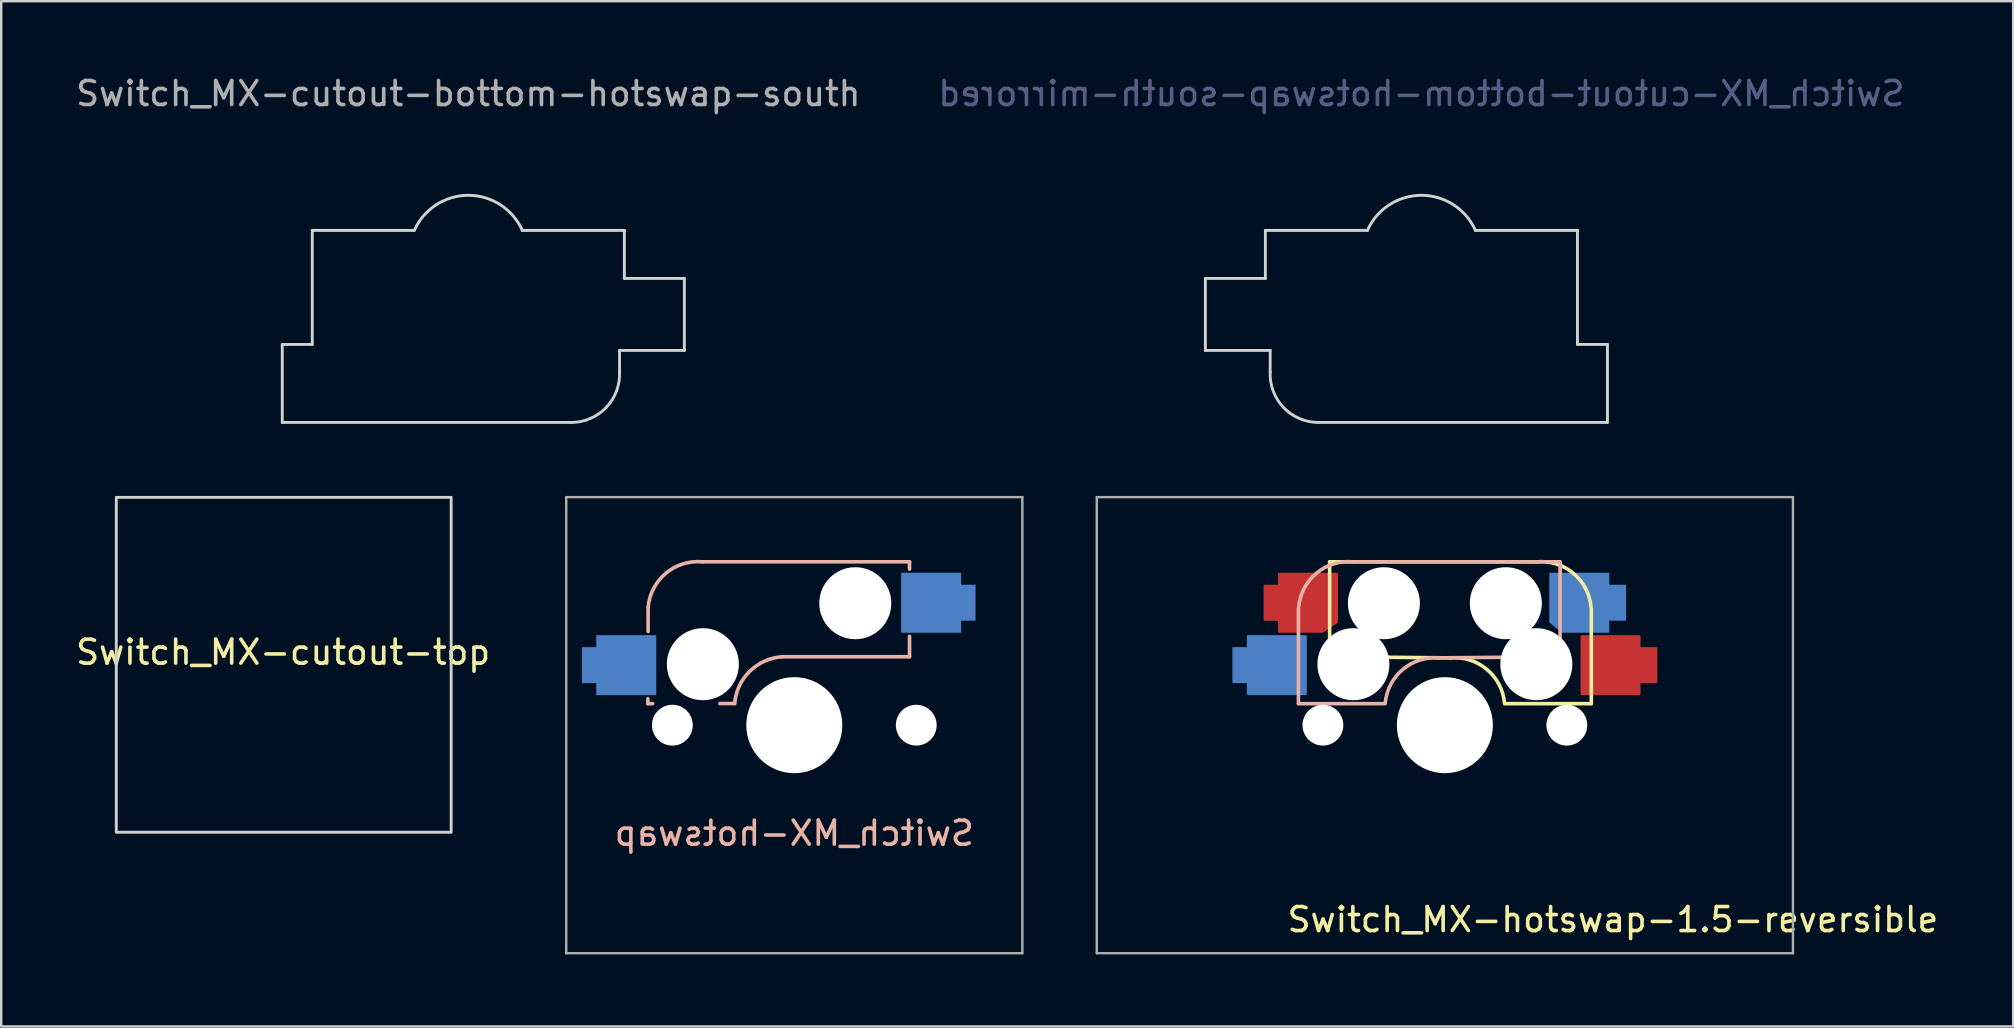
<source format=kicad_pcb>
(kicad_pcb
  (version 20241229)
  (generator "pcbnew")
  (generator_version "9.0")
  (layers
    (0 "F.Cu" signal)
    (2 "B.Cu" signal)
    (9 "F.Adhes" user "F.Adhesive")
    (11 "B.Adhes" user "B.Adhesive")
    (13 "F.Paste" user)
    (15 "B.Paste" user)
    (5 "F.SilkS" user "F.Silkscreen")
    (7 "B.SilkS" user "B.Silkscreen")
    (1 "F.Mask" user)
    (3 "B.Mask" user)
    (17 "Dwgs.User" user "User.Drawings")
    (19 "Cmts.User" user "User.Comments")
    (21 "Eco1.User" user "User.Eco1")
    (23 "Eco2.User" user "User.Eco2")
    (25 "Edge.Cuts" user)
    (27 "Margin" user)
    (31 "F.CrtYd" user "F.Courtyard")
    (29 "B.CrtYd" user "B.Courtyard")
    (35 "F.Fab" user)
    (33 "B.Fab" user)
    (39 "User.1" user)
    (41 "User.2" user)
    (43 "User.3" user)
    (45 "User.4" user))
  (footprint "Switch_MX-hotswap"
    (layer "F.Cu")
    (at 30.038 27.158)
    (property "Reference" "Switch_MX-hotswap" (at 0 4.5 0) (layer "B.SilkS") (effects (font (size 1 1) (thickness 0.15)) (justify mirror)))
    (attr through_hole)
    (fp_line (start -6.1 -0.896) (end -6.1 -1.1) (stroke (width 0.15) (type solid)) (layer "B.SilkS"))
    (fp_line (start -6.1 -0.896) (end -5.9 -0.896) (stroke (width 0.15) (type solid)) (layer "B.SilkS"))
    (fp_line (start -6.089 -4.92) (end -6.089 -3.9) (stroke (width 0.15) (type solid)) (layer "B.SilkS"))
    (fp_line (start -2.485 -0.9) (end -3.1 -0.9) (stroke (width 0.15) (type solid)) (layer "B.SilkS"))
    (fp_line (start 4.8 -6.804) (end -3.825 -6.804) (stroke (width 0.15) (type solid)) (layer "B.SilkS"))
    (fp_line (start 4.8 -6.804) (end 4.8 -6.5) (stroke (width 0.15) (type solid)) (layer "B.SilkS"))
    (fp_line (start 4.8 -2.85) (end -0.5 -2.85) (stroke (width 0.15) (type solid)) (layer "B.SilkS"))
    (fp_line (start 4.8 -2.85) (end 4.8 -3.7) (stroke (width 0.15) (type solid)) (layer "B.SilkS"))
    (fp_arc (start -6.089 -4.92) (mid -5.347189 -6.33089) (end -3.825 -6.804) (stroke (width 0.15) (type solid)) (layer "B.SilkS"))
    (fp_arc (start -2.484999 -0.9) (mid -1.855638 -2.244656) (end -0.5 -2.85) (stroke (width 0.15) (type solid)) (layer "B.SilkS"))
    (fp_line (start -7 -7) (end 7 -7) (stroke (width 0.15) (type solid)) (layer "Eco2.User"))
    (fp_line (start -7 7) (end -7 -7) (stroke (width 0.15) (type solid)) (layer "Eco2.User"))
    (fp_line (start 7 -7) (end 7 7) (stroke (width 0.15) (type solid)) (layer "Eco2.User"))
    (fp_line (start 7 7) (end -7 7) (stroke (width 0.15) (type solid)) (layer "Eco2.User"))
    (fp_line (start -9.5 -9.5) (end 9.5 -9.5) (stroke (width 0.1) (type solid)) (layer "F.Fab"))
    (fp_line (start -9.5 9.5) (end -9.5 -9.5) (stroke (width 0.1) (type solid)) (layer "F.Fab"))
    (fp_line (start 9.5 -9.5) (end 9.5 9.5) (stroke (width 0.1) (type solid)) (layer "F.Fab"))
    (fp_line (start 9.5 9.5) (end -9.5 9.5) (stroke (width 0.1) (type solid)) (layer "F.Fab"))
    (pad "" np_thru_hole circle (at -5.08 0) (size 1.7 1.7) (drill 1.7) (layers "*.Cu" "*.Mask"))
    (pad "" np_thru_hole circle (at -3.81 -2.54 180) (size 3 3) (drill 3) (layers "*.Cu" "*.Mask"))
    (pad "" np_thru_hole circle (at 0 0 90) (size 4 4) (drill 4) (layers "*.Cu" "*.Mask"))
    (pad "" np_thru_hole circle (at 2.54 -5.08 180) (size 3 3) (drill 3) (layers "*.Cu" "*.Mask"))
    (pad "" np_thru_hole circle (at 5.08 0) (size 1.7 1.7) (drill 1.7) (layers "*.Cu" "*.Mask"))
    (pad "1" smd custom (at -7 -2.5) (size 2.5 2.5) (layers "B.Cu" "B.Mask" "B.Paste") (options (anchor rect)) (primitives (gr_poly (pts (xy -1.85 -0.75) (xy -1.25 -0.75) (xy -1.25 0.75) (xy -1.85 0.75)) (width 0) (fill yes))))
    (pad "2" smd custom (at 5.7 -5.1 180) (size 2.5 2.5) (layers "B.Cu" "B.Mask" "B.Paste") (options (anchor rect)) (primitives (gr_poly (pts (xy -1.85 -0.75) (xy -1.25 -0.75) (xy -1.25 0.75) (xy -1.85 0.75)) (width 0) (fill yes)))))
  (footprint "Switch_MX-cutout-top"
    (layer "F.Cu")
    (at 8.744 24.618)
    (property "Reference" "Switch_MX-cutout-top" (at 0 -0.5 0) (unlocked yes) (layer "F.SilkS") (effects (font (size 1 1) (thickness 0.15))))
    (attr through_hole)
    (fp_rect (start -6.95 -6.95) (end 7 7) (stroke (width 0.12) (type solid)) (fill no) (layer "Edge.Cuts")))
  (footprint "Switch_MX-hotswap-1.5-reversible"
    (layer "F.Cu")
    (at 57.138 27.158)
    (property "Reference" "Switch_MX-hotswap-1.5-reversible" (at 7 8.1 0) (layer "F.SilkS") (effects (font (size 1 1) (thickness 0.15))))
    (attr through_hole)
    (fp_line (start -4.8 -6.804) (end 3.825 -6.804) (stroke (width 0.15) (type solid)) (layer "F.SilkS"))
    (fp_line (start -4.8 -2.896) (end -4.8 -6.804) (stroke (width 0.15) (type solid)) (layer "F.SilkS"))
    (fp_line (start -4.8 -2.85) (end 0.25 -2.804) (stroke (width 0.15) (type solid)) (layer "F.SilkS"))
    (fp_line (start 6.1 -4.85) (end 6.1 -0.905) (stroke (width 0.15) (type solid)) (layer "F.SilkS"))
    (fp_line (start 6.1 -0.896) (end 2.49 -0.896) (stroke (width 0.15) (type solid)) (layer "F.SilkS"))
    (fp_arc (start 0.225 -2.8) (mid 1.744361 -2.328062) (end 2.485001 -0.920001) (stroke (width 0.15) (type solid)) (layer "F.SilkS"))
    (fp_arc (start 3.825 -6.804) (mid 5.347189 -6.33089) (end 6.089 -4.92) (stroke (width 0.15) (type solid)) (layer "F.SilkS"))
    (fp_line (start -6.1 -4.85) (end -6.1 -0.905) (stroke (width 0.15) (type solid)) (layer "B.SilkS"))
    (fp_line (start -6.1 -0.896) (end -2.49 -0.896) (stroke (width 0.15) (type solid)) (layer "B.SilkS"))
    (fp_line (start 4.8 -6.804) (end -3.825 -6.804) (stroke (width 0.15) (type solid)) (layer "B.SilkS"))
    (fp_line (start 4.8 -2.896) (end 4.8 -6.804) (stroke (width 0.15) (type solid)) (layer "B.SilkS"))
    (fp_line (start 4.8 -2.85) (end -0.25 -2.804) (stroke (width 0.15) (type solid)) (layer "B.SilkS"))
    (fp_arc (start -6.089 -4.92) (mid -5.347189 -6.33089) (end -3.825 -6.804) (stroke (width 0.15) (type solid)) (layer "B.SilkS"))
    (fp_arc (start -2.484999 -0.920001) (mid -1.74436 -2.328062) (end -0.225 -2.8) (stroke (width 0.15) (type solid)) (layer "B.SilkS"))
    (fp_line (start -7 -7) (end 7 -7) (stroke (width 0.15) (type solid)) (layer "Eco2.User"))
    (fp_line (start -7 7) (end -7 -7) (stroke (width 0.15) (type solid)) (layer "Eco2.User"))
    (fp_line (start 7 -7) (end 7 7) (stroke (width 0.15) (type solid)) (layer "Eco2.User"))
    (fp_line (start 7 7) (end -7 7) (stroke (width 0.15) (type solid)) (layer "Eco2.User"))
    (fp_line (start -14.5 -9.5) (end 14.5 -9.5) (stroke (width 0.1) (type solid)) (layer "F.Fab"))
    (fp_line (start -14.5 9.5) (end -14.5 -9.5) (stroke (width 0.1) (type solid)) (layer "F.Fab"))
    (fp_line (start 14.5 -9.5) (end 14.5 9.5) (stroke (width 0.1) (type solid)) (layer "F.Fab"))
    (fp_line (start 14.5 9.5) (end -14.5 9.5) (stroke (width 0.1) (type solid)) (layer "F.Fab"))
    (pad "" np_thru_hole circle (at -5.08 0) (size 1.7 1.7) (drill 1.7) (layers "*.Cu" "*.Mask"))
    (pad "" np_thru_hole circle (at -3.81 -2.54 180) (size 3 3) (drill 3) (layers "*.Cu" "*.Mask"))
    (pad "" np_thru_hole circle (at -2.54 -5.08 180) (size 3 3) (drill 3) (layers "*.Cu" "*.Mask"))
    (pad "" np_thru_hole circle (at 0 0 90) (size 4 4) (drill 4) (layers "*.Cu" "*.Mask"))
    (pad "" np_thru_hole circle (at 2.54 -5.08 180) (size 3 3) (drill 3) (layers "*.Cu" "*.Mask"))
    (pad "" np_thru_hole circle (at 3.81 -2.54 180) (size 3 3) (drill 3) (layers "*.Cu" "*.Mask"))
    (pad "" np_thru_hole circle (at 5.08 0) (size 1.7 1.7) (drill 1.7) (layers "*.Cu" "*.Mask"))
    (pad "1" smd custom (at -8.5 -2.5) (size 0.7 1.5) (layers "B.Cu" "B.Mask" "B.Paste") (options (anchor rect)) (primitives (gr_poly (pts (xy 0.3 -1.2) (xy 2.7 -1.2) (xy 2.7 1.2) (xy 0.3 1.2)) (width 0.1) (fill yes))))
    (pad "1" smd custom (at 8.5 -2.5) (size 0.7 1.5) (layers "F.Cu" "F.Mask" "F.Paste") (options (anchor rect)) (primitives (gr_poly (pts (xy -2.8 -1.2) (xy -0.4 -1.2) (xy -0.4 1.2) (xy -2.8 1.2)) (width 0.1) (fill yes))))
    (pad "2" smd custom (at -7.2 -5.1) (size 0.7 1.5) (layers "F.Cu" "F.Mask" "F.Paste") (options (anchor rect)) (primitives (gr_poly (pts (xy 0.3 -1.2) (xy 0.3 1.2) (xy 2.1 1.2) (xy 2.7 0.8) (xy 2.7 -1.2)) (width 0.1) (fill yes))))
    (pad "2" smd custom (at 7.2 -5.1) (size 0.7 1.5) (layers "B.Cu" "B.Mask" "B.Paste") (options (anchor rect)) (primitives (gr_poly (pts (xy -0.4 -1.2) (xy -2.8 -1.2) (xy -2.8 0.8) (xy -2.3 1.2) (xy -0.4 1.2)) (width 0.1) (fill yes)))))
  (footprint "Switch_MX-cutout-bottom-hotswap-south"
    (layer "F.Cu")
    (at 16.458 7.586)
    (property "Reference" "Switch_MX-cutout-bottom-hotswap-south" (at 0.000001 -6.738 180) (layer "F.Fab") (effects (font (size 1 1) (thickness 0.15))))
    (fp_line (start -7.75 3.712) (end -7.75 6.962) (stroke (width 0.12) (type solid)) (layer "Edge.Cuts"))
    (fp_line (start -7.75 6.962) (end 4.286 6.962) (stroke (width 0.12) (type solid)) (layer "Edge.Cuts"))
    (fp_line (start -6.5 -1.038) (end -6.5 3.712) (stroke (width 0.12) (type solid)) (layer "Edge.Cuts"))
    (fp_line (start -6.5 3.712) (end -7.75 3.712) (stroke (width 0.12) (type solid)) (layer "Edge.Cuts"))
    (fp_line (start -2.25 -1.038) (end -6.5 -1.038) (stroke (width 0.12) (type solid)) (layer "Edge.Cuts"))
    (fp_line (start 6.3 3.962) (end 6.3 4.862) (stroke (width 0.12) (type solid)) (layer "Edge.Cuts"))
    (fp_line (start 6.3 3.962) (end 9 3.962) (stroke (width 0.12) (type solid)) (layer "Edge.Cuts"))
    (fp_line (start 6.5 0.962) (end 6.5 -1.038) (stroke (width 0.12) (type solid)) (layer "Edge.Cuts"))
    (fp_line (start 6.5 -1.038) (end 2.25 -1.038) (stroke (width 0.12) (type solid)) (layer "Edge.Cuts"))
    (fp_line (start 9 0.962) (end 6.5 0.962) (stroke (width 0.12) (type solid)) (layer "Edge.Cuts"))
    (fp_line (start 9 3.962) (end 9 0.962) (stroke (width 0.12) (type solid)) (layer "Edge.Cuts"))
    (fp_arc (start -2.25 -1.037787) (mid 0 -2.5) (end 2.25 -1.037787) (stroke (width 0.12) (type solid)) (layer "Edge.Cuts"))
    (fp_arc (start 6.3 4.862213) (mid 5.740696 6.341723) (end 4.285786 6.962213) (stroke (width 0.12) (type solid)) (layer "Edge.Cuts")))
  (footprint "Switch_MX-cutout-bottom-hotswap-south-mirrored"
    (layer "F.Cu")
    (at 56.161 7.586)
    (property "Reference" "Switch_MX-cutout-bottom-hotswap-south-mirrored" (at -0.000001 -6.738 180) (layer "B.Fab") (effects (font (size 1 1) (thickness 0.15)) (justify mirror)))
    (fp_line (start -9 3.962) (end -9 0.962) (stroke (width 0.12) (type solid)) (layer "Edge.Cuts"))
    (fp_line (start -9 0.962) (end -6.5 0.962) (stroke (width 0.12) (type solid)) (layer "Edge.Cuts"))
    (fp_line (start -6.5 -1.038) (end -2.25 -1.038) (stroke (width 0.12) (type solid)) (layer "Edge.Cuts"))
    (fp_line (start -6.5 0.962) (end -6.5 -1.038) (stroke (width 0.12) (type solid)) (layer "Edge.Cuts"))
    (fp_line (start -6.3 3.962) (end -9 3.962) (stroke (width 0.12) (type solid)) (layer "Edge.Cuts"))
    (fp_line (start -6.3 3.962) (end -6.3 4.862) (stroke (width 0.12) (type solid)) (layer "Edge.Cuts"))
    (fp_line (start 2.25 -1.038) (end 6.5 -1.038) (stroke (width 0.12) (type solid)) (layer "Edge.Cuts"))
    (fp_line (start 6.5 -1.038) (end 6.5 3.712) (stroke (width 0.12) (type solid)) (layer "Edge.Cuts"))
    (fp_line (start 6.5 3.712) (end 7.75 3.712) (stroke (width 0.12) (type solid)) (layer "Edge.Cuts"))
    (fp_line (start 7.75 3.712) (end 7.75 6.962) (stroke (width 0.12) (type solid)) (layer "Edge.Cuts"))
    (fp_line (start 7.75 6.962) (end -4.286 6.962) (stroke (width 0.12) (type solid)) (layer "Edge.Cuts"))
    (fp_arc (start -4.285786 6.962213) (mid -5.740696 6.341723) (end -6.3 4.862213) (stroke (width 0.12) (type solid)) (layer "Edge.Cuts"))
    (fp_arc (start -2.25 -1.037787) (mid 0 -2.5) (end 2.25 -1.037787) (stroke (width 0.12) (type solid)) (layer "Edge.Cuts")))
  (gr_rect
    (start -3 -3)
    (end 80.811 39.708)
    (stroke (width 0.1) (type default))
    (fill no)
    (layer "Edge.Cuts")))
</source>
